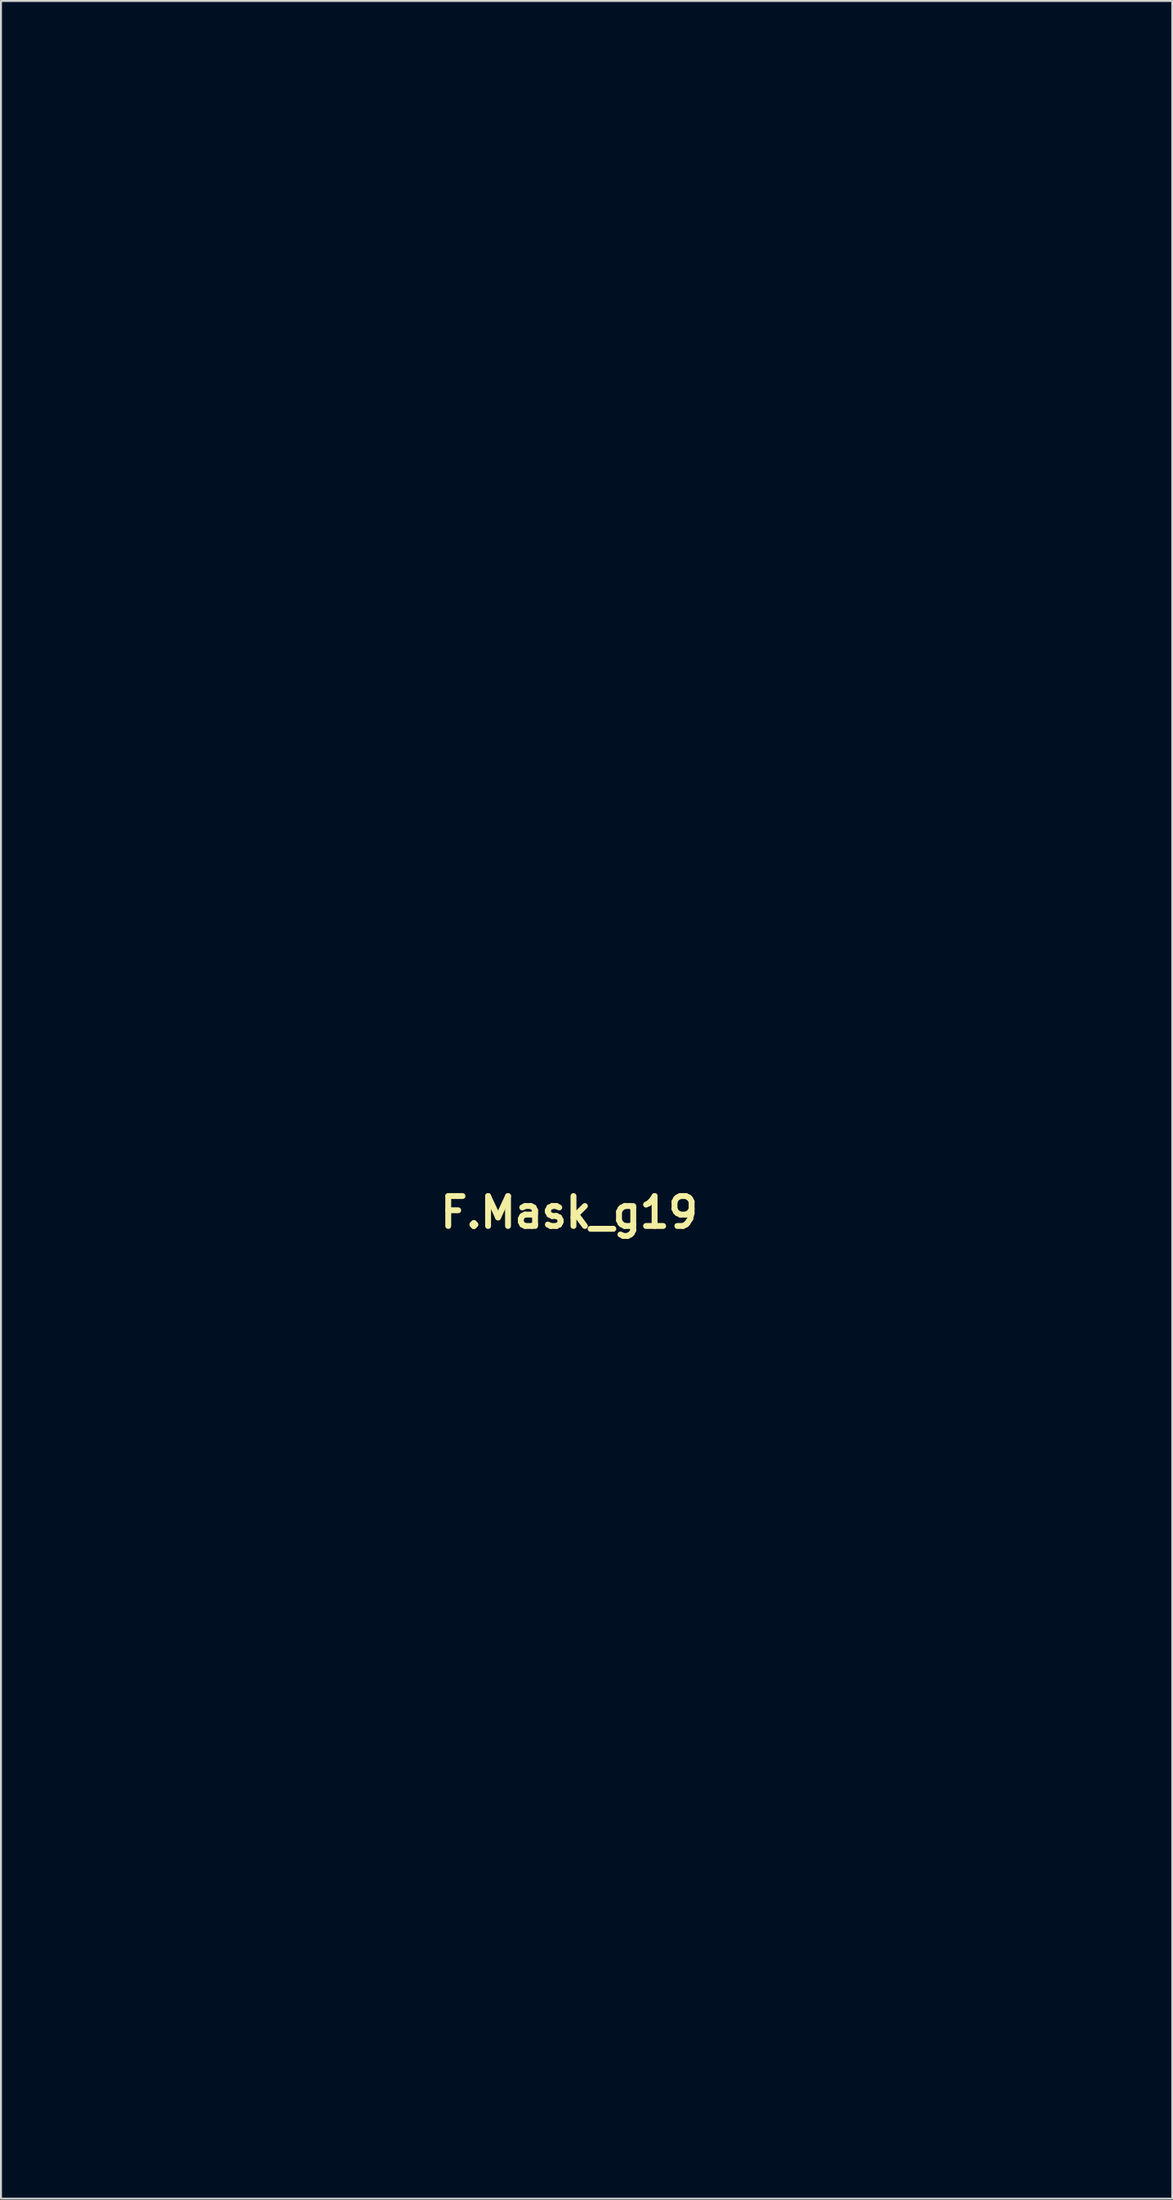
<source format=kicad_pcb>
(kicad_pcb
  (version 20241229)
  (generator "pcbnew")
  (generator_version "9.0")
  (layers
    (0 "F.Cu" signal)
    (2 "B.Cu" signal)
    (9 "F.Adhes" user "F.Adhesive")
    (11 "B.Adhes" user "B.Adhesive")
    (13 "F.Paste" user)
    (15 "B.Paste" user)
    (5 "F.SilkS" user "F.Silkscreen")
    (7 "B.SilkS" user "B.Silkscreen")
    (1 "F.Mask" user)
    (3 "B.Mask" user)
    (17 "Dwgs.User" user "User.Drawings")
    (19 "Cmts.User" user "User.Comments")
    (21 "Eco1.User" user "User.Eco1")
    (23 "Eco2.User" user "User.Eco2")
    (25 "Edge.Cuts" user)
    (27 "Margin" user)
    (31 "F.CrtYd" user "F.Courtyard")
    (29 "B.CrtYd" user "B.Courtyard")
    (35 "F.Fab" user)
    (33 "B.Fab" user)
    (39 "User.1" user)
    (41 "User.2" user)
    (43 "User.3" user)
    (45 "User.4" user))
  (footprint "F.Mask_g19"
    (layer "F.Cu")
    (at 25.977 58.749)
    (property "Reference" "F.Mask_g19" (at 0 0 0) (layer "F.SilkS") (effects (font (size 1.524 1.524) (thickness 0.3))))
    (attr through_hole)
    (fp_poly (pts (xy 22.472 35.244) (xy 26.003 35.245) (xy 26.871 35.748) (xy 27.739 36.251) (xy 27.739 46.273) (xy 26.024 47.264) (xy 19.039 47.261) (xy 18.193 46.769) (xy 17.346 46.277) (xy 17.341 41.262) (xy 17.337 36.248) (xy 18.138 35.745) (xy 18.94 35.242) (xy 22.472 35.244)) (stroke (width 0.01) (type solid)) (fill yes) (layer "F.Mask"))
    (fp_poly (pts (xy -15.564 8.272) (xy -15.502 8.296) (xy -15.403 8.336) (xy -15.268 8.391) (xy -15.098 8.462) (xy -14.895 8.547) (xy -14.659 8.647) (xy -14.392 8.761) (xy -14.094 8.889) (xy -13.766 9.029) (xy -13.41 9.182) (xy -13.026 9.348) (xy -12.616 9.525) (xy -12.18 9.713) (xy -12.088 9.753) (xy -8.63 11.252) (xy -7.861 12.807) (xy -7.733 13.065) (xy -7.59 13.355) (xy -7.433 13.671) (xy -7.267 14.006) (xy -7.094 14.356) (xy -6.917 14.713) (xy -6.739 15.072) (xy -6.564 15.427) (xy -6.393 15.771) (xy -6.231 16.099) (xy -6.126 16.31) (xy -5.161 18.259) (xy -6.888 21.749) (xy -7.067 22.11) (xy -7.241 22.461) (xy -7.409 22.8) (xy -7.57 23.126) (xy -7.723 23.435) (xy -7.868 23.726) (xy -8.003 23.998) (xy -8.128 24.249) (xy -8.241 24.476) (xy -8.341 24.678) (xy -8.428 24.853) (xy -8.501 24.999) (xy -8.559 25.114) (xy -8.6 25.196) (xy -8.625 25.243) (xy -8.631 25.255) (xy -8.651 25.247) (xy -8.704 25.22) (xy -8.786 25.175) (xy -8.894 25.115) (xy -9.024 25.043) (xy -9.174 24.959) (xy -9.338 24.866) (xy -9.514 24.766) (xy -9.697 24.662) (xy -9.886 24.555) (xy -10.075 24.446) (xy -10.261 24.34) (xy -10.44 24.236) (xy -10.61 24.138) (xy -10.767 24.047) (xy -10.906 23.966) (xy -11.024 23.896) (xy -11.119 23.84) (xy -11.185 23.799) (xy -11.22 23.776) (xy -11.224 23.773) (xy -11.219 23.752) (xy -11.196 23.695) (xy -11.157 23.602) (xy -11.099 23.473) (xy -11.025 23.308) (xy -10.932 23.106) (xy -10.822 22.867) (xy -10.694 22.591) (xy -10.547 22.279) (xy -10.383 21.928) (xy -10.201 21.541) (xy -10 21.115) (xy -9.948 21.006) (xy -8.651 18.261) (xy -8.703 18.153) (xy -8.719 18.121) (xy -8.751 18.053) (xy -8.799 17.951) (xy -8.862 17.818) (xy -8.938 17.656) (xy -9.027 17.468) (xy -9.128 17.254) (xy -9.239 17.019) (xy -9.36 16.764) (xy -9.489 16.491) (xy -9.625 16.203) (xy -9.767 15.902) (xy -9.914 15.591) (xy -10.001 15.407) (xy -11.246 12.769) (xy -13.396 12.025) (xy -13.687 11.924) (xy -13.967 11.828) (xy -14.233 11.736) (xy -14.484 11.651) (xy -14.715 11.572) (xy -14.925 11.5) (xy -15.111 11.438) (xy -15.271 11.384) (xy -15.401 11.341) (xy -15.499 11.309) (xy -15.563 11.289) (xy -15.589 11.282) (xy -15.589 11.282) (xy -15.615 11.286) (xy -15.68 11.298) (xy -15.781 11.316) (xy -15.916 11.342) (xy -16.083 11.373) (xy -16.278 11.41) (xy -16.499 11.452) (xy -16.744 11.499) (xy -17.01 11.549) (xy -17.295 11.604) (xy -17.595 11.662) (xy -17.909 11.722) (xy -18.193 11.776) (xy -20.754 12.27) (xy -22.485 15.267) (xy -24.215 18.264) (xy -23.349 21.763) (xy -23.256 22.139) (xy -23.166 22.504) (xy -23.079 22.855) (xy -22.996 23.192) (xy -22.918 23.51) (xy -22.844 23.809) (xy -22.776 24.087) (xy -22.714 24.34) (xy -22.659 24.568) (xy -22.61 24.767) (xy -22.569 24.936) (xy -22.536 25.073) (xy -22.512 25.176) (xy -22.496 25.242) (xy -22.49 25.269) (xy -22.49 25.27) (xy -22.502 25.256) (xy -22.528 25.211) (xy -22.564 25.145) (xy -22.587 25.101) (xy -22.605 25.063) (xy -22.642 24.989) (xy -22.695 24.882) (xy -22.764 24.743) (xy -22.848 24.574) (xy -22.945 24.377) (xy -23.055 24.155) (xy -23.177 23.909) (xy -23.309 23.642) (xy -23.451 23.355) (xy -23.602 23.051) (xy -23.76 22.732) (xy -23.925 22.399) (xy -24.095 22.055) (xy -24.27 21.702) (xy -24.324 21.592) (xy -25.972 18.261) (xy -24.238 14.757) (xy -22.504 11.252) (xy -19.068 9.764) (xy -18.705 9.607) (xy -18.352 9.454) (xy -18.012 9.307) (xy -17.685 9.166) (xy -17.375 9.031) (xy -17.083 8.905) (xy -16.81 8.788) (xy -16.56 8.68) (xy -16.334 8.583) (xy -16.134 8.497) (xy -15.962 8.423) (xy -15.821 8.362) (xy -15.711 8.316) (xy -15.635 8.284) (xy -15.595 8.267) (xy -15.589 8.265) (xy -15.564 8.272)) (stroke (width 0.01) (type solid)) (fill yes) (layer "F.Mask"))
    (fp_poly (pts (xy 14.765 5.766) (xy 14.823 5.79) (xy 14.917 5.829) (xy 15.043 5.883) (xy 15.2 5.95) (xy 15.386 6.03) (xy 15.599 6.122) (xy 15.838 6.224) (xy 16.099 6.337) (xy 16.382 6.459) (xy 16.683 6.589) (xy 17.002 6.727) (xy 17.337 6.871) (xy 17.684 7.021) (xy 18.043 7.177) (xy 18.224 7.255) (xy 21.682 8.752) (xy 22.598 10.604) (xy 22.752 10.917) (xy 22.919 11.253) (xy 23.094 11.609) (xy 23.276 11.975) (xy 23.459 12.346) (xy 23.642 12.715) (xy 23.82 13.075) (xy 23.99 13.419) (xy 24.149 13.74) (xy 24.294 14.033) (xy 24.332 14.108) (xy 25.149 15.76) (xy 23.422 19.252) (xy 23.243 19.613) (xy 23.069 19.964) (xy 22.901 20.303) (xy 22.74 20.628) (xy 22.587 20.937) (xy 22.442 21.229) (xy 22.307 21.501) (xy 22.182 21.751) (xy 22.069 21.978) (xy 21.969 22.18) (xy 21.882 22.355) (xy 21.809 22.501) (xy 21.751 22.616) (xy 21.71 22.698) (xy 21.686 22.745) (xy 21.679 22.757) (xy 21.659 22.749) (xy 21.605 22.722) (xy 21.52 22.676) (xy 21.408 22.614) (xy 21.271 22.538) (xy 21.112 22.448) (xy 20.935 22.348) (xy 20.742 22.237) (xy 20.536 22.119) (xy 20.384 22.031) (xy 20.17 21.908) (xy 19.967 21.79) (xy 19.777 21.68) (xy 19.605 21.58) (xy 19.451 21.49) (xy 19.321 21.414) (xy 19.216 21.352) (xy 19.139 21.307) (xy 19.095 21.28) (xy 19.084 21.272) (xy 19.09 21.251) (xy 19.114 21.193) (xy 19.155 21.1) (xy 19.212 20.973) (xy 19.284 20.815) (xy 19.37 20.626) (xy 19.471 20.408) (xy 19.584 20.164) (xy 19.71 19.893) (xy 19.848 19.599) (xy 19.997 19.282) (xy 20.156 18.945) (xy 20.324 18.588) (xy 20.359 18.513) (xy 20.511 18.192) (xy 20.657 17.882) (xy 20.798 17.585) (xy 20.931 17.302) (xy 21.056 17.036) (xy 21.172 16.789) (xy 21.278 16.563) (xy 21.373 16.361) (xy 21.456 16.185) (xy 21.526 16.036) (xy 21.582 15.917) (xy 21.622 15.83) (xy 21.646 15.777) (xy 21.654 15.761) (xy 21.645 15.741) (xy 21.619 15.685) (xy 21.578 15.597) (xy 21.522 15.478) (xy 21.453 15.331) (xy 21.372 15.159) (xy 21.281 14.964) (xy 21.18 14.75) (xy 21.071 14.518) (xy 20.954 14.271) (xy 20.833 14.012) (xy 20.706 13.744) (xy 20.576 13.469) (xy 20.445 13.19) (xy 20.312 12.909) (xy 20.18 12.629) (xy 20.05 12.353) (xy 19.922 12.083) (xy 19.799 11.822) (xy 19.681 11.572) (xy 19.569 11.337) (xy 19.466 11.118) (xy 19.371 10.918) (xy 19.287 10.741) (xy 19.215 10.588) (xy 19.155 10.462) (xy 19.109 10.366) (xy 19.078 10.302) (xy 19.064 10.274) (xy 19.063 10.272) (xy 19.041 10.263) (xy 18.981 10.24) (xy 18.888 10.207) (xy 18.764 10.163) (xy 18.613 10.11) (xy 18.437 10.048) (xy 18.241 9.98) (xy 18.026 9.906) (xy 17.797 9.827) (xy 17.556 9.744) (xy 17.307 9.658) (xy 17.052 9.571) (xy 16.796 9.483) (xy 16.54 9.396) (xy 16.289 9.31) (xy 16.046 9.227) (xy 15.813 9.148) (xy 15.594 9.074) (xy 15.392 9.005) (xy 15.21 8.944) (xy 15.051 8.891) (xy 14.919 8.847) (xy 14.816 8.814) (xy 14.747 8.792) (xy 14.713 8.782) (xy 14.711 8.782) (xy 14.684 8.786) (xy 14.618 8.798) (xy 14.515 8.817) (xy 14.379 8.843) (xy 14.211 8.875) (xy 14.015 8.912) (xy 13.793 8.955) (xy 13.547 9.002) (xy 13.28 9.053) (xy 12.995 9.107) (xy 12.694 9.165) (xy 12.38 9.226) (xy 12.107 9.278) (xy 9.557 9.77) (xy 7.826 12.767) (xy 6.096 15.764) (xy 6.953 19.232) (xy 7.046 19.607) (xy 7.136 19.971) (xy 7.223 20.321) (xy 7.306 20.657) (xy 7.385 20.975) (xy 7.459 21.273) (xy 7.527 21.55) (xy 7.59 21.803) (xy 7.646 22.03) (xy 7.696 22.229) (xy 7.738 22.398) (xy 7.772 22.534) (xy 7.797 22.636) (xy 7.814 22.701) (xy 7.821 22.727) (xy 7.821 22.728) (xy 7.82 22.752) (xy 7.815 22.754) (xy 7.804 22.735) (xy 7.775 22.681) (xy 7.729 22.592) (xy 7.668 22.47) (xy 7.591 22.319) (xy 7.501 22.138) (xy 7.397 21.931) (xy 7.281 21.699) (xy 7.154 21.444) (xy 7.017 21.168) (xy 6.87 20.873) (xy 6.714 20.56) (xy 6.552 20.232) (xy 6.382 19.89) (xy 6.207 19.537) (xy 6.069 19.257) (xy 4.338 15.761) (xy 6.073 12.256) (xy 7.807 8.752) (xy 11.264 7.255) (xy 11.628 7.098) (xy 11.981 6.945) (xy 12.322 6.797) (xy 12.649 6.656) (xy 12.959 6.522) (xy 13.252 6.396) (xy 13.524 6.279) (xy 13.774 6.171) (xy 13.999 6.074) (xy 14.199 5.988) (xy 14.371 5.915) (xy 14.512 5.854) (xy 14.622 5.808) (xy 14.698 5.776) (xy 14.738 5.76) (xy 14.744 5.758) (xy 14.765 5.766)) (stroke (width 0.01) (type solid)) (fill yes) (layer "F.Mask"))
    (fp_poly (pts (xy -15.546 -58.736) (xy -15.488 -58.712) (xy -15.395 -58.673) (xy -15.271 -58.62) (xy -15.118 -58.555) (xy -14.937 -58.478) (xy -14.733 -58.39) (xy -14.506 -58.292) (xy -14.259 -58.186) (xy -13.996 -58.073) (xy -13.717 -57.952) (xy -13.426 -57.827) (xy -13.124 -57.696) (xy -12.815 -57.563) (xy -12.5 -57.427) (xy -12.183 -57.289) (xy -11.865 -57.151) (xy -11.549 -57.014) (xy -11.236 -56.879) (xy -10.931 -56.746) (xy -10.634 -56.618) (xy -10.349 -56.494) (xy -10.078 -56.376) (xy -9.823 -56.264) (xy -9.586 -56.161) (xy -9.37 -56.067) (xy -9.177 -55.983) (xy -9.011 -55.91) (xy -8.872 -55.849) (xy -8.764 -55.801) (xy -8.688 -55.767) (xy -8.648 -55.748) (xy -8.642 -55.745) (xy -8.63 -55.724) (xy -8.6 -55.667) (xy -8.554 -55.575) (xy -8.491 -55.451) (xy -8.414 -55.297) (xy -8.322 -55.115) (xy -8.218 -54.906) (xy -8.101 -54.672) (xy -7.973 -54.415) (xy -7.835 -54.137) (xy -7.687 -53.841) (xy -7.531 -53.527) (xy -7.368 -53.198) (xy -7.198 -52.855) (xy -7.023 -52.501) (xy -6.889 -52.23) (xy -5.161 -48.739) (xy -5.99 -47.065) (xy -6.134 -46.776) (xy -6.292 -46.456) (xy -6.463 -46.111) (xy -6.642 -45.75) (xy -6.825 -45.379) (xy -7.011 -45.005) (xy -7.194 -44.634) (xy -7.371 -44.275) (xy -7.54 -43.933) (xy -7.697 -43.617) (xy -7.722 -43.566) (xy -7.85 -43.307) (xy -7.974 -43.058) (xy -8.091 -42.823) (xy -8.2 -42.604) (xy -8.3 -42.404) (xy -8.39 -42.225) (xy -8.469 -42.07) (xy -8.534 -41.942) (xy -8.585 -41.843) (xy -8.621 -41.776) (xy -8.639 -41.744) (xy -8.642 -41.741) (xy -8.652 -41.753) (xy -8.65 -41.757) (xy -8.644 -41.778) (xy -8.629 -41.839) (xy -8.604 -41.937) (xy -8.571 -42.07) (xy -8.529 -42.235) (xy -8.481 -42.43) (xy -8.425 -42.654) (xy -8.363 -42.904) (xy -8.295 -43.178) (xy -8.221 -43.474) (xy -8.143 -43.79) (xy -8.06 -44.124) (xy -7.973 -44.473) (xy -7.884 -44.836) (xy -7.791 -45.21) (xy -7.78 -45.255) (xy -6.919 -48.738) (xy -8.647 -51.732) (xy -8.837 -52.061) (xy -9.021 -52.379) (xy -9.197 -52.685) (xy -9.366 -52.978) (xy -9.526 -53.254) (xy -9.676 -53.513) (xy -9.814 -53.753) (xy -9.94 -53.971) (xy -10.052 -54.165) (xy -10.15 -54.334) (xy -10.232 -54.475) (xy -10.296 -54.587) (xy -10.343 -54.668) (xy -10.371 -54.716) (xy -10.379 -54.73) (xy -10.4 -54.734) (xy -10.46 -54.746) (xy -10.556 -54.765) (xy -10.687 -54.79) (xy -10.849 -54.821) (xy -11.04 -54.858) (xy -11.258 -54.9) (xy -11.5 -54.947) (xy -11.763 -54.998) (xy -12.046 -55.053) (xy -12.345 -55.11) (xy -12.658 -55.171) (xy -12.972 -55.231) (xy -15.562 -55.729) (xy -17.724 -54.981) (xy -19.886 -54.233) (xy -21.145 -51.569) (xy -21.296 -51.251) (xy -21.441 -50.943) (xy -21.581 -50.647) (xy -21.714 -50.365) (xy -21.84 -50.099) (xy -21.957 -49.852) (xy -22.063 -49.626) (xy -22.159 -49.423) (xy -22.243 -49.245) (xy -22.313 -49.096) (xy -22.37 -48.976) (xy -22.411 -48.888) (xy -22.436 -48.835) (xy -22.443 -48.82) (xy -22.481 -48.736) (xy -21.189 -46.002) (xy -21.037 -45.681) (xy -20.891 -45.371) (xy -20.751 -45.073) (xy -20.617 -44.79) (xy -20.492 -44.524) (xy -20.376 -44.277) (xy -20.27 -44.051) (xy -20.175 -43.849) (xy -20.093 -43.672) (xy -20.023 -43.523) (xy -19.968 -43.404) (xy -19.928 -43.316) (xy -19.904 -43.263) (xy -19.897 -43.247) (xy -19.914 -43.234) (xy -19.965 -43.201) (xy -20.046 -43.152) (xy -20.152 -43.088) (xy -20.281 -43.012) (xy -20.429 -42.925) (xy -20.592 -42.829) (xy -20.767 -42.727) (xy -20.95 -42.62) (xy -21.137 -42.511) (xy -21.326 -42.402) (xy -21.511 -42.294) (xy -21.691 -42.191) (xy -21.861 -42.093) (xy -22.017 -42.003) (xy -22.156 -41.924) (xy -22.275 -41.857) (xy -22.37 -41.804) (xy -22.438 -41.767) (xy -22.474 -41.749) (xy -22.478 -41.748) (xy -22.486 -41.755) (xy -22.504 -41.782) (xy -22.531 -41.828) (xy -22.567 -41.895) (xy -22.615 -41.984) (xy -22.674 -42.097) (xy -22.744 -42.235) (xy -22.827 -42.398) (xy -22.923 -42.588) (xy -23.033 -42.807) (xy -23.157 -43.055) (xy -23.296 -43.334) (xy -23.451 -43.645) (xy -23.622 -43.989) (xy -23.809 -44.367) (xy -24.014 -44.781) (xy -24.237 -45.231) (xy -24.242 -45.24) (xy -25.972 -48.74) (xy -24.246 -52.231) (xy -24.067 -52.592) (xy -23.893 -52.943) (xy -23.724 -53.283) (xy -23.563 -53.608) (xy -23.409 -53.918) (xy -23.264 -54.21) (xy -23.128 -54.482) (xy -23.003 -54.733) (xy -22.89 -54.961) (xy -22.788 -55.164) (xy -22.7 -55.339) (xy -22.627 -55.486) (xy -22.568 -55.601) (xy -22.526 -55.684) (xy -22.501 -55.732) (xy -22.494 -55.744) (xy -22.472 -55.755) (xy -22.414 -55.781) (xy -22.322 -55.822) (xy -22.198 -55.877) (xy -22.045 -55.944) (xy -21.865 -56.023) (xy -21.66 -56.112) (xy -21.434 -56.211) (xy -21.187 -56.319) (xy -20.924 -56.433) (xy -20.645 -56.555) (xy -20.354 -56.681) (xy -20.052 -56.812) (xy -19.743 -56.946) (xy -19.429 -57.082) (xy -19.111 -57.22) (xy -18.793 -57.358) (xy -18.477 -57.495) (xy -18.165 -57.63) (xy -17.859 -57.762) (xy -17.562 -57.89) (xy -17.277 -58.013) (xy -17.006 -58.13) (xy -16.75 -58.24) (xy -16.513 -58.342) (xy -16.297 -58.435) (xy -16.105 -58.518) (xy -15.938 -58.589) (xy -15.799 -58.648) (xy -15.69 -58.694) (xy -15.615 -58.726) (xy -15.574 -58.742) (xy -15.568 -58.744) (xy -15.546 -58.736)) (stroke (width 0.01) (type solid)) (fill yes) (layer "F.Mask"))
    (fp_poly (pts (xy 17.367 -58.736) (xy 17.426 -58.712) (xy 17.518 -58.673) (xy 17.643 -58.62) (xy 17.796 -58.554) (xy 17.977 -58.477) (xy 18.181 -58.389) (xy 18.408 -58.291) (xy 18.655 -58.185) (xy 18.919 -58.071) (xy 19.198 -57.951) (xy 19.489 -57.825) (xy 19.791 -57.695) (xy 20.1 -57.561) (xy 20.415 -57.425) (xy 20.732 -57.288) (xy 21.05 -57.15) (xy 21.367 -57.013) (xy 21.679 -56.877) (xy 21.984 -56.745) (xy 22.281 -56.616) (xy 22.566 -56.492) (xy 22.837 -56.374) (xy 23.092 -56.263) (xy 23.329 -56.16) (xy 23.544 -56.065) (xy 23.737 -55.981) (xy 23.903 -55.908) (xy 24.042 -55.847) (xy 24.15 -55.799) (xy 24.225 -55.766) (xy 24.265 -55.747) (xy 24.271 -55.744) (xy 24.282 -55.723) (xy 24.312 -55.666) (xy 24.358 -55.575) (xy 24.421 -55.451) (xy 24.498 -55.297) (xy 24.589 -55.115) (xy 24.694 -54.905) (xy 24.81 -54.672) (xy 24.938 -54.415) (xy 25.076 -54.137) (xy 25.224 -53.841) (xy 25.379 -53.527) (xy 25.543 -53.198) (xy 25.712 -52.855) (xy 25.888 -52.501) (xy 26.021 -52.231) (xy 27.748 -48.741) (xy 26.024 -45.258) (xy 25.845 -44.897) (xy 25.671 -44.546) (xy 25.503 -44.207) (xy 25.342 -43.882) (xy 25.188 -43.573) (xy 25.043 -43.282) (xy 24.908 -43.01) (xy 24.783 -42.759) (xy 24.669 -42.532) (xy 24.568 -42.33) (xy 24.481 -42.155) (xy 24.407 -42.009) (xy 24.349 -41.894) (xy 24.307 -41.812) (xy 24.283 -41.764) (xy 24.276 -41.752) (xy 24.26 -41.745) (xy 24.265 -41.772) (xy 24.273 -41.804) (xy 24.291 -41.874) (xy 24.318 -41.98) (xy 24.352 -42.118) (xy 24.394 -42.286) (xy 24.443 -42.482) (xy 24.498 -42.702) (xy 24.558 -42.945) (xy 24.623 -43.208) (xy 24.692 -43.488) (xy 24.765 -43.782) (xy 24.841 -44.088) (xy 24.919 -44.404) (xy 24.999 -44.726) (xy 25.079 -45.052) (xy 25.16 -45.38) (xy 25.241 -45.707) (xy 25.32 -46.03) (xy 25.398 -46.347) (xy 25.474 -46.655) (xy 25.547 -46.951) (xy 25.617 -47.233) (xy 25.682 -47.499) (xy 25.742 -47.745) (xy 25.797 -47.97) (xy 25.846 -48.17) (xy 25.889 -48.342) (xy 25.923 -48.486) (xy 25.95 -48.596) (xy 25.968 -48.672) (xy 25.977 -48.711) (xy 25.978 -48.715) (xy 25.968 -48.738) (xy 25.938 -48.795) (xy 25.889 -48.885) (xy 25.821 -49.006) (xy 25.738 -49.156) (xy 25.638 -49.332) (xy 25.524 -49.534) (xy 25.396 -49.758) (xy 25.257 -50.003) (xy 25.106 -50.268) (xy 24.944 -50.549) (xy 24.774 -50.845) (xy 24.596 -51.155) (xy 24.412 -51.476) (xy 24.258 -51.742) (xy 24.069 -52.07) (xy 23.885 -52.388) (xy 23.709 -52.693) (xy 23.54 -52.985) (xy 23.381 -53.261) (xy 23.232 -53.52) (xy 23.094 -53.758) (xy 22.969 -53.976) (xy 22.857 -54.169) (xy 22.76 -54.337) (xy 22.679 -54.478) (xy 22.614 -54.589) (xy 22.568 -54.67) (xy 22.541 -54.717) (xy 22.534 -54.729) (xy 22.513 -54.733) (xy 22.453 -54.745) (xy 22.357 -54.764) (xy 22.227 -54.789) (xy 22.065 -54.821) (xy 21.874 -54.858) (xy 21.656 -54.9) (xy 21.414 -54.947) (xy 21.151 -54.997) (xy 20.868 -55.052) (xy 20.569 -55.109) (xy 20.256 -55.17) (xy 19.939 -55.231) (xy 17.345 -55.73) (xy 15.192 -54.984) (xy 14.902 -54.883) (xy 14.623 -54.786) (xy 14.358 -54.694) (xy 14.109 -54.607) (xy 13.879 -54.526) (xy 13.67 -54.453) (xy 13.486 -54.387) (xy 13.329 -54.331) (xy 13.201 -54.286) (xy 13.106 -54.251) (xy 13.045 -54.228) (xy 13.021 -54.218) (xy 13.021 -54.218) (xy 13.01 -54.196) (xy 12.982 -54.139) (xy 12.937 -54.048) (xy 12.878 -53.925) (xy 12.806 -53.772) (xy 12.72 -53.592) (xy 12.622 -53.386) (xy 12.514 -53.158) (xy 12.395 -52.909) (xy 12.268 -52.64) (xy 12.133 -52.356) (xy 11.992 -52.056) (xy 11.845 -51.745) (xy 11.716 -51.472) (xy 10.43 -48.747) (xy 10.483 -48.625) (xy 10.499 -48.592) (xy 10.531 -48.522) (xy 10.579 -48.419) (xy 10.643 -48.284) (xy 10.719 -48.121) (xy 10.809 -47.931) (xy 10.91 -47.717) (xy 11.021 -47.48) (xy 11.142 -47.224) (xy 11.271 -46.951) (xy 11.407 -46.662) (xy 11.55 -46.361) (xy 11.697 -46.05) (xy 11.777 -45.879) (xy 11.926 -45.566) (xy 12.069 -45.262) (xy 12.206 -44.971) (xy 12.336 -44.696) (xy 12.457 -44.437) (xy 12.569 -44.198) (xy 12.671 -43.98) (xy 12.762 -43.785) (xy 12.84 -43.617) (xy 12.905 -43.477) (xy 12.956 -43.367) (xy 12.991 -43.29) (xy 13.01 -43.247) (xy 13.012 -43.239) (xy 12.994 -43.226) (xy 12.942 -43.195) (xy 12.86 -43.146) (xy 12.753 -43.082) (xy 12.623 -43.006) (xy 12.475 -42.919) (xy 12.311 -42.823) (xy 12.136 -42.721) (xy 11.953 -42.615) (xy 11.765 -42.506) (xy 11.577 -42.397) (xy 11.391 -42.29) (xy 11.212 -42.187) (xy 11.043 -42.09) (xy 10.887 -42.001) (xy 10.748 -41.921) (xy 10.631 -41.855) (xy 10.537 -41.802) (xy 10.472 -41.766) (xy 10.438 -41.748) (xy 10.434 -41.747) (xy 10.425 -41.755) (xy 10.408 -41.781) (xy 10.381 -41.828) (xy 10.343 -41.895) (xy 10.295 -41.986) (xy 10.236 -42.1) (xy 10.164 -42.24) (xy 10.08 -42.406) (xy 9.982 -42.599) (xy 9.87 -42.822) (xy 9.744 -43.075) (xy 9.602 -43.359) (xy 9.444 -43.677) (xy 9.269 -44.028) (xy 9.078 -44.415) (xy 8.868 -44.839) (xy 8.859 -44.856) (xy 8.687 -45.204) (xy 8.518 -45.546) (xy 8.353 -45.879) (xy 8.194 -46.201) (xy 8.041 -46.51) (xy 7.896 -46.804) (xy 7.759 -47.08) (xy 7.633 -47.336) (xy 7.517 -47.569) (xy 7.414 -47.778) (xy 7.324 -47.959) (xy 7.248 -48.111) (xy 7.189 -48.232) (xy 7.146 -48.318) (xy 7.127 -48.357) (xy 6.936 -48.739) (xy 10.403 -55.748) (xy 13.863 -57.246) (xy 14.227 -57.404) (xy 14.58 -57.557) (xy 14.922 -57.704) (xy 15.248 -57.845) (xy 15.559 -57.98) (xy 15.851 -58.106) (xy 16.124 -58.223) (xy 16.374 -58.33) (xy 16.6 -58.428) (xy 16.8 -58.513) (xy 16.971 -58.587) (xy 17.113 -58.647) (xy 17.223 -58.694) (xy 17.299 -58.726) (xy 17.339 -58.742) (xy 17.345 -58.744) (xy 17.367 -58.736)) (stroke (width 0.01) (type solid)) (fill yes) (layer "F.Mask"))
    (fp_poly (pts (xy 6.957 -24.499) (xy 7.404 -24.306) (xy 7.841 -24.117) (xy 8.266 -23.932) (xy 8.678 -23.754) (xy 9.074 -23.581) (xy 9.454 -23.416) (xy 9.816 -23.259) (xy 10.159 -23.11) (xy 10.48 -22.97) (xy 10.778 -22.841) (xy 11.051 -22.721) (xy 11.299 -22.613) (xy 11.518 -22.517) (xy 11.709 -22.434) (xy 11.868 -22.363) (xy 11.995 -22.307) (xy 12.088 -22.266) (xy 12.146 -22.24) (xy 12.166 -22.23) (xy 12.166 -22.23) (xy 12.175 -22.21) (xy 12.203 -22.153) (xy 12.248 -22.062) (xy 12.31 -21.937) (xy 12.387 -21.781) (xy 12.479 -21.594) (xy 12.586 -21.378) (xy 12.706 -21.136) (xy 12.838 -20.867) (xy 12.983 -20.575) (xy 13.139 -20.26) (xy 13.305 -19.924) (xy 13.481 -19.568) (xy 13.666 -19.194) (xy 13.859 -18.804) (xy 14.059 -18.399) (xy 14.266 -17.981) (xy 14.479 -17.551) (xy 14.697 -17.11) (xy 14.762 -16.979) (xy 17.353 -11.745) (xy 17.051 -11.127) (xy 16.994 -11.011) (xy 16.922 -10.864) (xy 16.835 -10.689) (xy 16.735 -10.486) (xy 16.623 -10.259) (xy 16.5 -10.009) (xy 16.365 -9.737) (xy 16.222 -9.447) (xy 16.07 -9.139) (xy 15.91 -8.815) (xy 15.743 -8.478) (xy 15.57 -8.13) (xy 15.393 -7.772) (xy 15.212 -7.406) (xy 15.028 -7.034) (xy 14.842 -6.659) (xy 14.655 -6.281) (xy 14.468 -5.903) (xy 14.281 -5.527) (xy 14.097 -5.155) (xy 13.915 -4.788) (xy 13.737 -4.429) (xy 13.564 -4.079) (xy 13.396 -3.741) (xy 13.235 -3.416) (xy 13.081 -3.106) (xy 12.936 -2.813) (xy 12.8 -2.539) (xy 12.674 -2.287) (xy 12.56 -2.056) (xy 12.457 -1.851) (xy 12.368 -1.672) (xy 12.293 -1.522) (xy 12.234 -1.402) (xy 12.19 -1.315) (xy 12.163 -1.262) (xy 12.154 -1.245) (xy 12.135 -1.254) (xy 12.082 -1.282) (xy 11.998 -1.329) (xy 11.887 -1.391) (xy 11.75 -1.468) (xy 11.591 -1.558) (xy 11.413 -1.658) (xy 11.218 -1.769) (xy 11.011 -1.887) (xy 10.792 -2.011) (xy 10.566 -2.14) (xy 10.336 -2.271) (xy 10.104 -2.404) (xy 9.872 -2.536) (xy 9.645 -2.666) (xy 9.425 -2.792) (xy 9.215 -2.913) (xy 9.018 -3.027) (xy 8.836 -3.131) (xy 8.673 -3.226) (xy 8.531 -3.308) (xy 8.414 -3.376) (xy 8.325 -3.429) (xy 8.265 -3.465) (xy 8.239 -3.481) (xy 8.248 -3.501) (xy 8.273 -3.556) (xy 8.315 -3.647) (xy 8.373 -3.77) (xy 8.446 -3.925) (xy 8.532 -4.11) (xy 8.632 -4.322) (xy 8.744 -4.56) (xy 8.867 -4.823) (xy 9.002 -5.108) (xy 9.146 -5.413) (xy 9.299 -5.738) (xy 9.46 -6.081) (xy 9.629 -6.438) (xy 9.804 -6.81) (xy 9.986 -7.194) (xy 10.172 -7.587) (xy 10.182 -7.61) (xy 10.372 -8.013) (xy 10.557 -8.405) (xy 10.735 -8.783) (xy 10.907 -9.147) (xy 11.07 -9.495) (xy 11.224 -9.824) (xy 11.369 -10.134) (xy 11.503 -10.422) (xy 11.627 -10.686) (xy 11.738 -10.926) (xy 11.837 -11.139) (xy 11.922 -11.324) (xy 11.993 -11.479) (xy 12.049 -11.602) (xy 12.089 -11.692) (xy 12.112 -11.747) (xy 12.118 -11.765) (xy 12.109 -11.786) (xy 12.082 -11.843) (xy 12.039 -11.934) (xy 11.981 -12.057) (xy 11.909 -12.209) (xy 11.825 -12.389) (xy 11.728 -12.595) (xy 11.62 -12.823) (xy 11.502 -13.073) (xy 11.376 -13.342) (xy 11.241 -13.628) (xy 11.099 -13.928) (xy 10.952 -14.241) (xy 10.799 -14.564) (xy 10.643 -14.896) (xy 10.483 -15.233) (xy 10.322 -15.575) (xy 10.16 -15.919) (xy 9.998 -16.262) (xy 9.837 -16.603) (xy 9.679 -16.939) (xy 9.523 -17.268) (xy 9.372 -17.589) (xy 9.226 -17.899) (xy 9.086 -18.195) (xy 8.953 -18.476) (xy 8.829 -18.74) (xy 8.713 -18.984) (xy 8.608 -19.206) (xy 8.515 -19.405) (xy 8.433 -19.577) (xy 8.365 -19.722) (xy 8.311 -19.836) (xy 8.272 -19.917) (xy 8.25 -19.964) (xy 8.244 -19.976) (xy 8.224 -19.983) (xy 8.167 -20.004) (xy 8.073 -20.036) (xy 7.945 -20.081) (xy 7.787 -20.136) (xy 7.598 -20.202) (xy 7.382 -20.277) (xy 7.141 -20.361) (xy 6.877 -20.453) (xy 6.592 -20.552) (xy 6.288 -20.657) (xy 5.966 -20.769) (xy 5.631 -20.885) (xy 5.282 -21.006) (xy 4.997 -21.105) (xy 1.753 -22.229) (xy -2.13 -21.481) (xy -2.529 -21.404) (xy -2.917 -21.33) (xy -3.291 -21.257) (xy -3.65 -21.188) (xy -3.992 -21.122) (xy -4.315 -21.059) (xy -4.616 -21.001) (xy -4.894 -20.947) (xy -5.147 -20.898) (xy -5.372 -20.854) (xy -5.567 -20.815) (xy -5.731 -20.783) (xy -5.861 -20.757) (xy -5.955 -20.738) (xy -6.012 -20.727) (xy -6.029 -20.723) (xy -6.041 -20.703) (xy -6.073 -20.649) (xy -6.124 -20.563) (xy -6.193 -20.445) (xy -6.279 -20.298) (xy -6.38 -20.124) (xy -6.495 -19.925) (xy -6.624 -19.703) (xy -6.765 -19.459) (xy -6.918 -19.196) (xy -7.08 -18.916) (xy -7.251 -18.62) (xy -7.43 -18.31) (xy -7.616 -17.988) (xy -7.808 -17.657) (xy -8.003 -17.318) (xy -8.203 -16.972) (xy -8.405 -16.623) (xy -8.607 -16.271) (xy -8.81 -15.92) (xy -9.012 -15.57) (xy -9.212 -15.223) (xy -9.409 -14.882) (xy -9.601 -14.548) (xy -9.788 -14.224) (xy -9.968 -13.911) (xy -10.141 -13.611) (xy -10.304 -13.327) (xy -10.458 -13.059) (xy -10.601 -12.81) (xy -10.732 -12.582) (xy -10.85 -12.377) (xy -10.954 -12.196) (xy -11.042 -12.042) (xy -11.113 -11.917) (xy -11.167 -11.822) (xy -11.202 -11.759) (xy -11.218 -11.731) (xy -11.218 -11.729) (xy -11.213 -11.707) (xy -11.199 -11.646) (xy -11.174 -11.547) (xy -11.141 -11.412) (xy -11.1 -11.244) (xy -11.051 -11.042) (xy -10.993 -10.81) (xy -10.929 -10.549) (xy -10.858 -10.261) (xy -10.781 -9.947) (xy -10.698 -9.61) (xy -10.609 -9.25) (xy -10.515 -8.87) (xy -10.417 -8.472) (xy -10.314 -8.057) (xy -10.208 -7.626) (xy -10.098 -7.183) (xy -9.985 -6.727) (xy -9.926 -6.488) (xy -9.812 -6.027) (xy -9.701 -5.578) (xy -9.593 -5.14) (xy -9.489 -4.717) (xy -9.388 -4.31) (xy -9.292 -3.92) (xy -9.201 -3.55) (xy -9.115 -3.201) (xy -9.035 -2.874) (xy -8.961 -2.573) (xy -8.894 -2.297) (xy -8.833 -2.05) (xy -8.78 -1.833) (xy -8.735 -1.647) (xy -8.698 -1.494) (xy -8.67 -1.376) (xy -8.651 -1.295) (xy -8.641 -1.253) (xy -8.64 -1.247) (xy -8.65 -1.264) (xy -8.678 -1.317) (xy -8.723 -1.406) (xy -8.784 -1.527) (xy -8.862 -1.681) (xy -8.954 -1.865) (xy -9.06 -2.078) (xy -9.18 -2.318) (xy -9.313 -2.584) (xy -9.457 -2.875) (xy -9.613 -3.187) (xy -9.779 -3.522) (xy -9.955 -3.875) (xy -10.139 -4.248) (xy -10.332 -4.636) (xy -10.532 -5.04) (xy -10.739 -5.457) (xy -10.952 -5.887) (xy -11.17 -6.327) (xy -11.239 -6.468) (xy -11.459 -6.911) (xy -11.674 -7.345) (xy -11.882 -7.767) (xy -12.085 -8.177) (xy -12.28 -8.572) (xy -12.468 -8.951) (xy -12.646 -9.313) (xy -12.816 -9.656) (xy -12.975 -9.978) (xy -13.123 -10.278) (xy -13.259 -10.554) (xy -13.383 -10.806) (xy -13.493 -11.03) (xy -13.59 -11.226) (xy -13.672 -11.393) (xy -13.738 -11.528) (xy -13.788 -11.63) (xy -13.821 -11.698) (xy -13.836 -11.73) (xy -13.837 -11.733) (xy -13.828 -11.754) (xy -13.801 -11.811) (xy -13.757 -11.903) (xy -13.696 -12.028) (xy -13.62 -12.186) (xy -13.528 -12.373) (xy -13.422 -12.589) (xy -13.303 -12.833) (xy -13.171 -13.102) (xy -13.026 -13.395) (xy -12.871 -13.71) (xy -12.705 -14.047) (xy -12.53 -14.403) (xy -12.345 -14.777) (xy -12.152 -15.168) (xy -11.952 -15.573) (xy -11.745 -15.992) (xy -11.532 -16.422) (xy -11.314 -16.863) (xy -11.244 -17.004) (xy -8.647 -22.249) (xy -3.446 -24.501) (xy 1.754 -26.753) (xy 6.957 -24.499)) (stroke (width 0.01) (type solid)) (fill yes) (layer "F.Mask")))
  (gr_rect
    (start -3 -3)
    (end 56.73 109.018)
    (stroke (width 0.1) (type default))
    (fill no)
    (layer "Edge.Cuts")))
</source>
